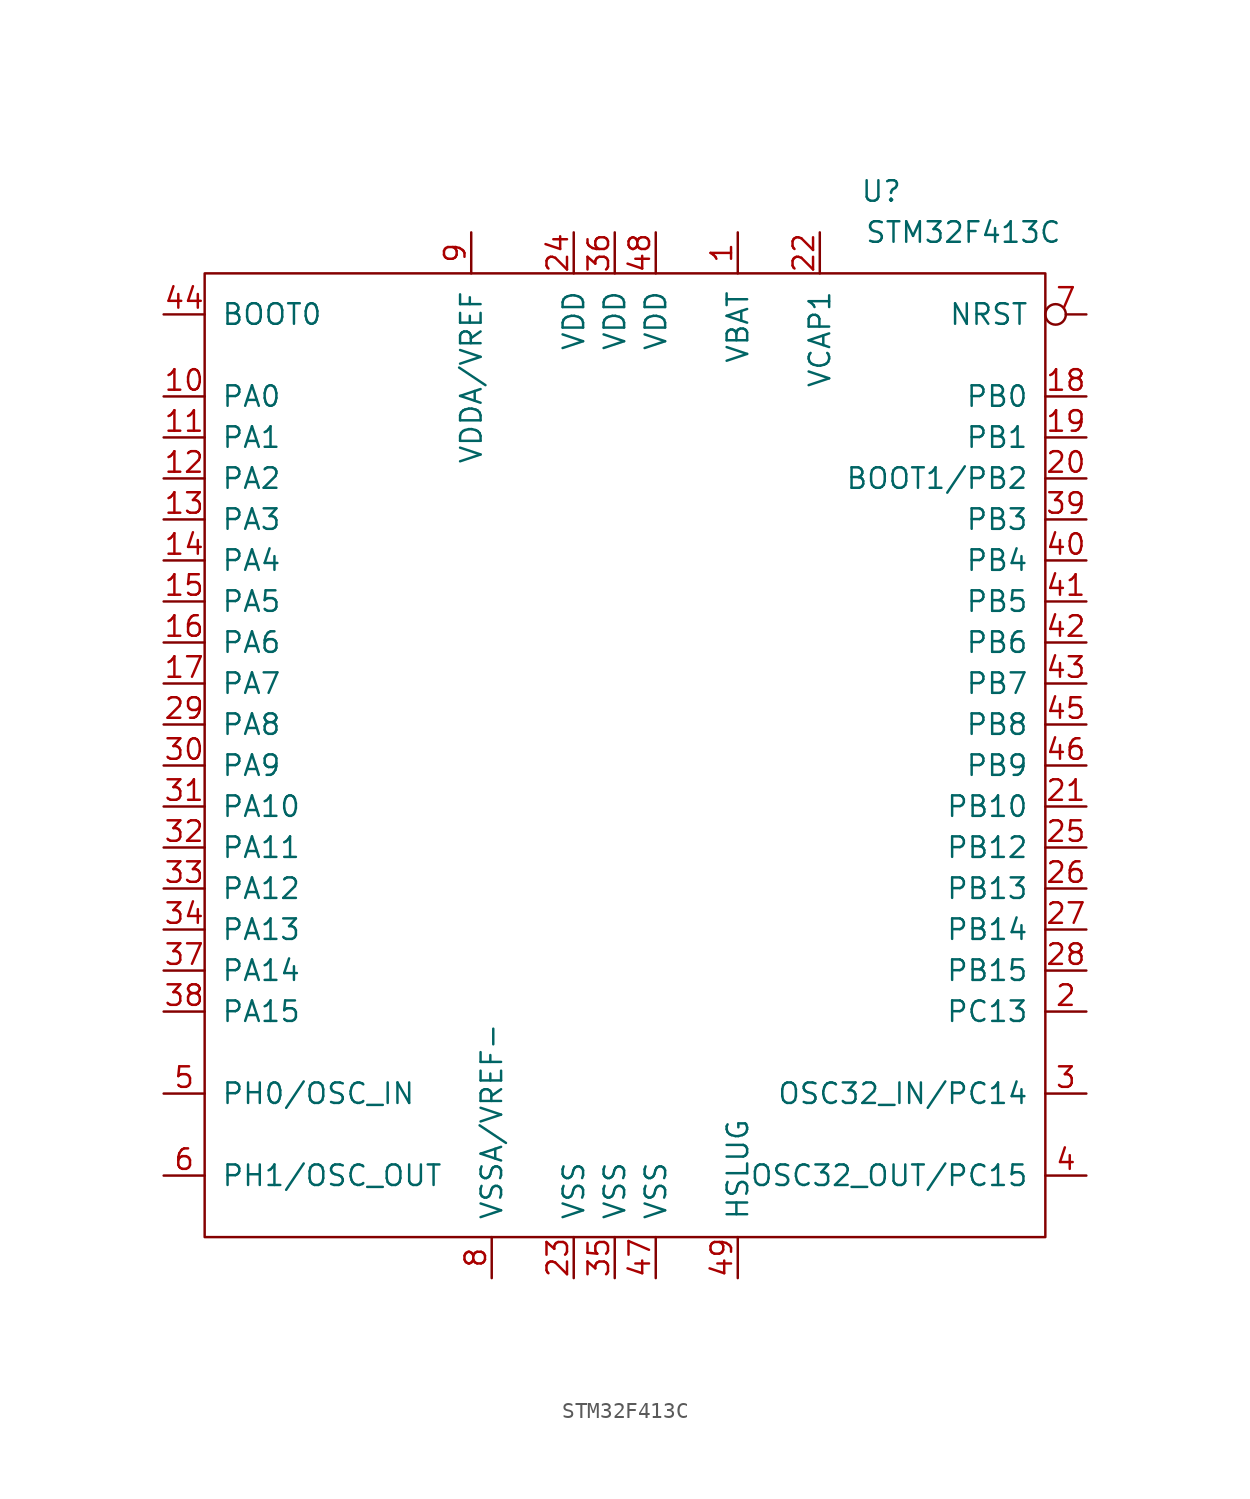
<source format=kicad_sym>
(kicad_symbol_lib
  (version 20211014)
  (generator kicad_symbol_editor)
  (symbol "STM32F413C"
    (pin_names
      (offset 1.016))
    (property "Reference" "U"
      (at 15.24 33.02 0)
      (effects (font (size 1.27 1.27))))
    (property "Value" "STM32F413C"
      (at 20.32 30.48 0)
      (effects (font (size 1.27 1.27))))
    (symbol "STM32F413C_0_1"
      (rectangle (start -26.67 27.94) (end 25.4 -31.75) (stroke (width 0) (type default) (color 0 0 0 0)) (fill (type none))))
    (symbol "STM32F413C_1_1"
      (pin power_in line (at 6.35 30.48 270) (length 2.54) (name "VBAT" (effects (font (size 1.27 1.27)))) (number "1" (effects (font (size 1.27 1.27)))))
      (pin bidirectional line (at -29.21 20.32 0) (length 2.54) (name "PA0" (effects (font (size 1.27 1.27)))) (number "10" (effects (font (size 1.27 1.27)))))
      (pin bidirectional line (at -29.21 17.78 0) (length 2.54) (name "PA1" (effects (font (size 1.27 1.27)))) (number "11" (effects (font (size 1.27 1.27)))))
      (pin bidirectional line (at -29.21 15.24 0) (length 2.54) (name "PA2" (effects (font (size 1.27 1.27)))) (number "12" (effects (font (size 1.27 1.27)))))
      (pin bidirectional line (at -29.21 12.7 0) (length 2.54) (name "PA3" (effects (font (size 1.27 1.27)))) (number "13" (effects (font (size 1.27 1.27)))))
      (pin bidirectional line (at -29.21 10.16 0) (length 2.54) (name "PA4" (effects (font (size 1.27 1.27)))) (number "14" (effects (font (size 1.27 1.27)))))
      (pin bidirectional line (at -29.21 7.62 0) (length 2.54) (name "PA5" (effects (font (size 1.27 1.27)))) (number "15" (effects (font (size 1.27 1.27)))))
      (pin bidirectional line (at -29.21 5.08 0) (length 2.54) (name "PA6" (effects (font (size 1.27 1.27)))) (number "16" (effects (font (size 1.27 1.27)))))
      (pin bidirectional line (at -29.21 2.54 0) (length 2.54) (name "PA7" (effects (font (size 1.27 1.27)))) (number "17" (effects (font (size 1.27 1.27)))))
      (pin bidirectional line (at 27.94 20.32 180) (length 2.54) (name "PB0" (effects (font (size 1.27 1.27)))) (number "18" (effects (font (size 1.27 1.27)))))
      (pin bidirectional line (at 27.94 17.78 180) (length 2.54) (name "PB1" (effects (font (size 1.27 1.27)))) (number "19" (effects (font (size 1.27 1.27)))))
      (pin bidirectional line (at 27.94 -17.78 180) (length 2.54) (name "PC13" (effects (font (size 1.27 1.27)))) (number "2" (effects (font (size 1.27 1.27)))))
      (pin bidirectional line (at 27.94 15.24 180) (length 2.54) (name "BOOT1/PB2" (effects (font (size 1.27 1.27)))) (number "20" (effects (font (size 1.27 1.27)))))
      (pin bidirectional line (at 27.94 -5.08 180) (length 2.54) (name "PB10" (effects (font (size 1.27 1.27)))) (number "21" (effects (font (size 1.27 1.27)))))
      (pin output line (at 11.43 30.48 270) (length 2.54) (name "VCAP1" (effects (font (size 1.27 1.27)))) (number "22" (effects (font (size 1.27 1.27)))))
      (pin power_in line (at -3.81 -34.29 90) (length 2.54) (name "VSS" (effects (font (size 1.27 1.27)))) (number "23" (effects (font (size 1.27 1.27)))))
      (pin power_in line (at -3.81 30.48 270) (length 2.54) (name "VDD" (effects (font (size 1.27 1.27)))) (number "24" (effects (font (size 1.27 1.27)))))
      (pin bidirectional line (at 27.94 -7.62 180) (length 2.54) (name "PB12" (effects (font (size 1.27 1.27)))) (number "25" (effects (font (size 1.27 1.27)))))
      (pin bidirectional line (at 27.94 -10.16 180) (length 2.54) (name "PB13" (effects (font (size 1.27 1.27)))) (number "26" (effects (font (size 1.27 1.27)))))
      (pin bidirectional line (at 27.94 -12.7 180) (length 2.54) (name "PB14" (effects (font (size 1.27 1.27)))) (number "27" (effects (font (size 1.27 1.27)))))
      (pin bidirectional line (at 27.94 -15.24 180) (length 2.54) (name "PB15" (effects (font (size 1.27 1.27)))) (number "28" (effects (font (size 1.27 1.27)))))
      (pin bidirectional line (at -29.21 0 0) (length 2.54) (name "PA8" (effects (font (size 1.27 1.27)))) (number "29" (effects (font (size 1.27 1.27)))))
      (pin bidirectional line (at 27.94 -22.86 180) (length 2.54) (name "OSC32_IN/PC14" (effects (font (size 1.27 1.27)))) (number "3" (effects (font (size 1.27 1.27)))))
      (pin bidirectional line (at -29.21 -2.54 0) (length 2.54) (name "PA9" (effects (font (size 1.27 1.27)))) (number "30" (effects (font (size 1.27 1.27)))))
      (pin bidirectional line (at -29.21 -5.08 0) (length 2.54) (name "PA10" (effects (font (size 1.27 1.27)))) (number "31" (effects (font (size 1.27 1.27)))))
      (pin bidirectional line (at -29.21 -7.62 0) (length 2.54) (name "PA11" (effects (font (size 1.27 1.27)))) (number "32" (effects (font (size 1.27 1.27)))))
      (pin bidirectional line (at -29.21 -10.16 0) (length 2.54) (name "PA12" (effects (font (size 1.27 1.27)))) (number "33" (effects (font (size 1.27 1.27)))))
      (pin bidirectional line (at -29.21 -12.7 0) (length 2.54) (name "PA13" (effects (font (size 1.27 1.27)))) (number "34" (effects (font (size 1.27 1.27)))))
      (pin power_in line (at -1.27 -34.29 90) (length 2.54) (name "VSS" (effects (font (size 1.27 1.27)))) (number "35" (effects (font (size 1.27 1.27)))))
      (pin power_in line (at -1.27 30.48 270) (length 2.54) (name "VDD" (effects (font (size 1.27 1.27)))) (number "36" (effects (font (size 1.27 1.27)))))
      (pin bidirectional line (at -29.21 -15.24 0) (length 2.54) (name "PA14" (effects (font (size 1.27 1.27)))) (number "37" (effects (font (size 1.27 1.27)))))
      (pin bidirectional line (at -29.21 -17.78 0) (length 2.54) (name "PA15" (effects (font (size 1.27 1.27)))) (number "38" (effects (font (size 1.27 1.27)))))
      (pin bidirectional line (at 27.94 12.7 180) (length 2.54) (name "PB3" (effects (font (size 1.27 1.27)))) (number "39" (effects (font (size 1.27 1.27)))))
      (pin bidirectional line (at 27.94 -27.94 180) (length 2.54) (name "OSC32_OUT/PC15" (effects (font (size 1.27 1.27)))) (number "4" (effects (font (size 1.27 1.27)))))
      (pin bidirectional line (at 27.94 10.16 180) (length 2.54) (name "PB4" (effects (font (size 1.27 1.27)))) (number "40" (effects (font (size 1.27 1.27)))))
      (pin bidirectional line (at 27.94 7.62 180) (length 2.54) (name "PB5" (effects (font (size 1.27 1.27)))) (number "41" (effects (font (size 1.27 1.27)))))
      (pin bidirectional line (at 27.94 5.08 180) (length 2.54) (name "PB6" (effects (font (size 1.27 1.27)))) (number "42" (effects (font (size 1.27 1.27)))))
      (pin bidirectional line (at 27.94 2.54 180) (length 2.54) (name "PB7" (effects (font (size 1.27 1.27)))) (number "43" (effects (font (size 1.27 1.27)))))
      (pin input line (at -29.21 25.4 0) (length 2.54) (name "BOOT0" (effects (font (size 1.27 1.27)))) (number "44" (effects (font (size 1.27 1.27)))))
      (pin bidirectional line (at 27.94 0 180) (length 2.54) (name "PB8" (effects (font (size 1.27 1.27)))) (number "45" (effects (font (size 1.27 1.27)))))
      (pin bidirectional line (at 27.94 -2.54 180) (length 2.54) (name "PB9" (effects (font (size 1.27 1.27)))) (number "46" (effects (font (size 1.27 1.27)))))
      (pin power_in line (at 1.27 -34.29 90) (length 2.54) (name "VSS" (effects (font (size 1.27 1.27)))) (number "47" (effects (font (size 1.27 1.27)))))
      (pin power_in line (at 1.27 30.48 270) (length 2.54) (name "VDD" (effects (font (size 1.27 1.27)))) (number "48" (effects (font (size 1.27 1.27)))))
      (pin power_in line (at 6.35 -34.29 90) (length 2.54) (name "HSLUG" (effects (font (size 1.27 1.27)))) (number "49" (effects (font (size 1.27 1.27)))))
      (pin bidirectional line (at -29.21 -22.86 0) (length 2.54) (name "PH0/OSC_IN" (effects (font (size 1.27 1.27)))) (number "5" (effects (font (size 1.27 1.27)))))
      (pin bidirectional line (at -29.21 -27.94 0) (length 2.54) (name "PH1/OSC_OUT" (effects (font (size 1.27 1.27)))) (number "6" (effects (font (size 1.27 1.27)))))
      (pin bidirectional inverted (at 27.94 25.4 180) (length 2.54) (name "NRST" (effects (font (size 1.27 1.27)))) (number "7" (effects (font (size 1.27 1.27)))))
      (pin power_in line (at -8.89 -34.29 90) (length 2.54) (name "VSSA/VREF-" (effects (font (size 1.27 1.27)))) (number "8" (effects (font (size 1.27 1.27)))))
      (pin power_in line (at -10.16 30.48 270) (length 2.54) (name "VDDA/VREF" (effects (font (size 1.27 1.27)))) (number "9" (effects (font (size 1.27 1.27))))))))
</source>
